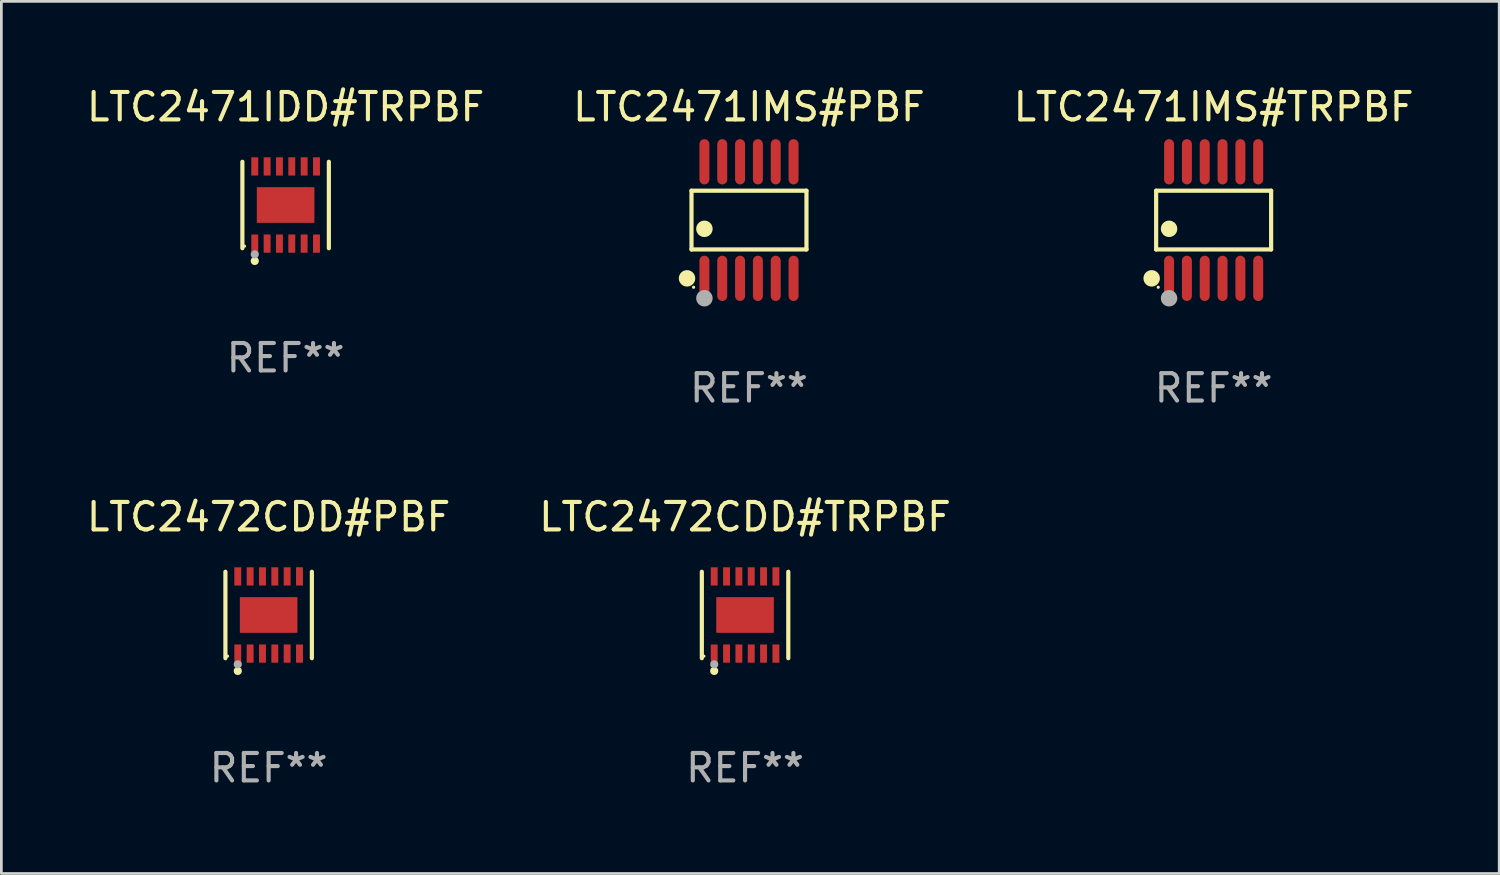
<source format=kicad_pcb>
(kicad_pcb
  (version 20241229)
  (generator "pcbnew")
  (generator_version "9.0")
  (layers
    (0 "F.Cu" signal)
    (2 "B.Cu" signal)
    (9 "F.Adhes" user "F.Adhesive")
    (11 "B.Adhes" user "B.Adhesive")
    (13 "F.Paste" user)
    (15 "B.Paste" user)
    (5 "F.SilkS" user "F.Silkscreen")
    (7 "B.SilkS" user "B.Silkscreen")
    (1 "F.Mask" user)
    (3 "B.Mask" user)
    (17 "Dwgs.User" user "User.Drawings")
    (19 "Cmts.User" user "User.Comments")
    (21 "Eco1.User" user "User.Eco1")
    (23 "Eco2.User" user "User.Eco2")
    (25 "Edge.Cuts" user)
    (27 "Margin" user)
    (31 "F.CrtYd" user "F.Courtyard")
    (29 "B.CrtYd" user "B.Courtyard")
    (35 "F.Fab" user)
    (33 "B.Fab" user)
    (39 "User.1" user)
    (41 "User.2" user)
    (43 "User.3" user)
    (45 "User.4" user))
  (footprint "LTC2472CDD#TRPBF"
    (layer "F.Cu")
    (at 24.113 19.371)
    (property "Reference" "LTC2472CDD#TRPBF" (at 0 -3.576 0) (layer "F.SilkS") (effects (font (size 1 1) (thickness 0.15))))
    (attr through_hole)
    (fp_line (start -1.576 1.576) (end -1.576 -1.576) (stroke (width 0.152) (type solid)) (layer "F.SilkS"))
    (fp_line (start 1.576 1.576) (end 1.576 -1.576) (stroke (width 0.152) (type solid)) (layer "F.SilkS"))
    (fp_circle (center -1.5 1.5) (end -1.47 1.5) (stroke (width 0.06) (type solid)) (fill no) (layer "F.SilkS"))
    (fp_circle (center -1.125 2.04) (end -1.05 2.04) (stroke (width 0.15) (type solid)) (fill no) (layer "F.SilkS"))
    (fp_circle (center -1.125 1.8) (end -1.05 1.8) (stroke (width 0.15) (type solid)) (fill no) (layer "F.Fab"))
    (fp_text user "REF**" (at 0 5.576 0) (layer "F.Fab") (effects (font (size 1 1) (thickness 0.15))))
    (pad "1" smd rect (at -1.125 1.407) (size 0.252 0.665) (layers "F.Cu" "F.Mask" "F.Paste"))
    (pad "2" smd rect (at -0.675 1.407) (size 0.252 0.665) (layers "F.Cu" "F.Mask" "F.Paste"))
    (pad "3" smd rect (at -0.225 1.407) (size 0.252 0.665) (layers "F.Cu" "F.Mask" "F.Paste"))
    (pad "4" smd rect (at 0.225 1.407) (size 0.252 0.665) (layers "F.Cu" "F.Mask" "F.Paste"))
    (pad "5" smd rect (at 0.675 1.407) (size 0.252 0.665) (layers "F.Cu" "F.Mask" "F.Paste"))
    (pad "6" smd rect (at 1.125 1.407) (size 0.252 0.665) (layers "F.Cu" "F.Mask" "F.Paste"))
    (pad "7" smd rect (at 1.125 -1.407) (size 0.252 0.665) (layers "F.Cu" "F.Mask" "F.Paste"))
    (pad "8" smd rect (at 0.675 -1.407) (size 0.252 0.665) (layers "F.Cu" "F.Mask" "F.Paste"))
    (pad "9" smd rect (at 0.225 -1.407) (size 0.252 0.665) (layers "F.Cu" "F.Mask" "F.Paste"))
    (pad "10" smd rect (at -0.225 -1.407) (size 0.252 0.665) (layers "F.Cu" "F.Mask" "F.Paste"))
    (pad "11" smd rect (at -0.675 -1.407) (size 0.252 0.665) (layers "F.Cu" "F.Mask" "F.Paste"))
    (pad "12" smd rect (at -1.125 -1.407) (size 0.252 0.665) (layers "F.Cu" "F.Mask" "F.Paste"))
    (pad "13" smd rect (at 0 0) (size 2.1 1.3) (layers "F.Cu" "F.Mask" "F.Paste")))
  (footprint "LTC2472CDD#PBF"
    (layer "F.Cu")
    (at 6.744 19.371)
    (property "Reference" "LTC2472CDD#PBF" (at 0 -3.576 0) (layer "F.SilkS") (effects (font (size 1 1) (thickness 0.15))))
    (attr through_hole)
    (fp_line (start -1.576 1.576) (end -1.576 -1.576) (stroke (width 0.152) (type solid)) (layer "F.SilkS"))
    (fp_line (start 1.576 1.576) (end 1.576 -1.576) (stroke (width 0.152) (type solid)) (layer "F.SilkS"))
    (fp_circle (center -1.5 1.5) (end -1.47 1.5) (stroke (width 0.06) (type solid)) (fill no) (layer "F.SilkS"))
    (fp_circle (center -1.125 2.04) (end -1.05 2.04) (stroke (width 0.15) (type solid)) (fill no) (layer "F.SilkS"))
    (fp_circle (center -1.125 1.8) (end -1.05 1.8) (stroke (width 0.15) (type solid)) (fill no) (layer "F.Fab"))
    (fp_text user "REF**" (at 0 5.576 0) (layer "F.Fab") (effects (font (size 1 1) (thickness 0.15))))
    (pad "1" smd rect (at -1.125 1.407) (size 0.252 0.665) (layers "F.Cu" "F.Mask" "F.Paste"))
    (pad "2" smd rect (at -0.675 1.407) (size 0.252 0.665) (layers "F.Cu" "F.Mask" "F.Paste"))
    (pad "3" smd rect (at -0.225 1.407) (size 0.252 0.665) (layers "F.Cu" "F.Mask" "F.Paste"))
    (pad "4" smd rect (at 0.225 1.407) (size 0.252 0.665) (layers "F.Cu" "F.Mask" "F.Paste"))
    (pad "5" smd rect (at 0.675 1.407) (size 0.252 0.665) (layers "F.Cu" "F.Mask" "F.Paste"))
    (pad "6" smd rect (at 1.125 1.407) (size 0.252 0.665) (layers "F.Cu" "F.Mask" "F.Paste"))
    (pad "7" smd rect (at 1.125 -1.407) (size 0.252 0.665) (layers "F.Cu" "F.Mask" "F.Paste"))
    (pad "8" smd rect (at 0.675 -1.407) (size 0.252 0.665) (layers "F.Cu" "F.Mask" "F.Paste"))
    (pad "9" smd rect (at 0.225 -1.407) (size 0.252 0.665) (layers "F.Cu" "F.Mask" "F.Paste"))
    (pad "10" smd rect (at -0.225 -1.407) (size 0.252 0.665) (layers "F.Cu" "F.Mask" "F.Paste"))
    (pad "11" smd rect (at -0.675 -1.407) (size 0.252 0.665) (layers "F.Cu" "F.Mask" "F.Paste"))
    (pad "12" smd rect (at -1.125 -1.407) (size 0.252 0.665) (layers "F.Cu" "F.Mask" "F.Paste"))
    (pad "13" smd rect (at 0 0) (size 2.1 1.3) (layers "F.Cu" "F.Mask" "F.Paste")))
  (footprint "LTC2471IMS#TRPBF"
    (layer "F.Cu")
    (at 41.196 4.973)
    (property "Reference" "LTC2471IMS#TRPBF" (at 0 -4.125 0) (layer "F.SilkS") (effects (font (size 1 1) (thickness 0.15))))
    (attr through_hole)
    (fp_line (start -2.096 -1.071) (end 2.096 -1.071) (stroke (width 0.152) (type solid)) (layer "F.SilkS"))
    (fp_line (start -2.096 1.071) (end -2.096 -1.071) (stroke (width 0.152) (type solid)) (layer "F.SilkS"))
    (fp_line (start 2.096 -1.071) (end 2.096 1.071) (stroke (width 0.152) (type solid)) (layer "F.SilkS"))
    (fp_line (start 2.096 1.071) (end -2.096 1.071) (stroke (width 0.152) (type solid)) (layer "F.SilkS"))
    (fp_circle (center -2.259 2.125) (end -2.109 2.125) (stroke (width 0.3) (type solid)) (fill no) (layer "F.SilkS"))
    (fp_circle (center -2.02 2.45) (end -1.99 2.45) (stroke (width 0.06) (type solid)) (fill no) (layer "F.SilkS"))
    (fp_circle (center -1.625 0.319) (end -1.475 0.319) (stroke (width 0.3) (type solid)) (fill no) (layer "F.SilkS"))
    (fp_circle (center -1.625 2.85) (end -1.475 2.85) (stroke (width 0.3) (type solid)) (fill no) (layer "F.Fab"))
    (fp_text user "REF**" (at 0 6.125 0) (layer "F.Fab") (effects (font (size 1 1) (thickness 0.15))))
    (pad "1" smd oval (at -1.625 2.125) (size 0.364 1.65) (layers "F.Cu" "F.Mask" "F.Paste"))
    (pad "2" smd oval (at -0.975 2.125) (size 0.364 1.65) (layers "F.Cu" "F.Mask" "F.Paste"))
    (pad "3" smd oval (at -0.325 2.125) (size 0.364 1.65) (layers "F.Cu" "F.Mask" "F.Paste"))
    (pad "4" smd oval (at 0.325 2.125) (size 0.364 1.65) (layers "F.Cu" "F.Mask" "F.Paste"))
    (pad "5" smd oval (at 0.975 2.125) (size 0.364 1.65) (layers "F.Cu" "F.Mask" "F.Paste"))
    (pad "6" smd oval (at 1.625 2.125) (size 0.364 1.65) (layers "F.Cu" "F.Mask" "F.Paste"))
    (pad "7" smd oval (at 1.625 -2.125) (size 0.364 1.65) (layers "F.Cu" "F.Mask" "F.Paste"))
    (pad "8" smd oval (at 0.975 -2.125) (size 0.364 1.65) (layers "F.Cu" "F.Mask" "F.Paste"))
    (pad "9" smd oval (at 0.325 -2.125) (size 0.364 1.65) (layers "F.Cu" "F.Mask" "F.Paste"))
    (pad "10" smd oval (at -0.325 -2.125) (size 0.364 1.65) (layers "F.Cu" "F.Mask" "F.Paste"))
    (pad "11" smd oval (at -0.975 -2.125) (size 0.364 1.65) (layers "F.Cu" "F.Mask" "F.Paste"))
    (pad "12" smd oval (at -1.625 -2.125) (size 0.364 1.65) (layers "F.Cu" "F.Mask" "F.Paste")))
  (footprint "LTC2471IMS#PBF"
    (layer "F.Cu")
    (at 24.256 4.973)
    (property "Reference" "LTC2471IMS#PBF" (at 0 -4.125 0) (layer "F.SilkS") (effects (font (size 1 1) (thickness 0.15))))
    (attr through_hole)
    (fp_line (start -2.096 -1.071) (end 2.096 -1.071) (stroke (width 0.152) (type solid)) (layer "F.SilkS"))
    (fp_line (start -2.096 1.071) (end -2.096 -1.071) (stroke (width 0.152) (type solid)) (layer "F.SilkS"))
    (fp_line (start 2.096 -1.071) (end 2.096 1.071) (stroke (width 0.152) (type solid)) (layer "F.SilkS"))
    (fp_line (start 2.096 1.071) (end -2.096 1.071) (stroke (width 0.152) (type solid)) (layer "F.SilkS"))
    (fp_circle (center -2.259 2.125) (end -2.109 2.125) (stroke (width 0.3) (type solid)) (fill no) (layer "F.SilkS"))
    (fp_circle (center -2.02 2.45) (end -1.99 2.45) (stroke (width 0.06) (type solid)) (fill no) (layer "F.SilkS"))
    (fp_circle (center -1.625 0.319) (end -1.475 0.319) (stroke (width 0.3) (type solid)) (fill no) (layer "F.SilkS"))
    (fp_circle (center -1.625 2.85) (end -1.475 2.85) (stroke (width 0.3) (type solid)) (fill no) (layer "F.Fab"))
    (fp_text user "REF**" (at 0 6.125 0) (layer "F.Fab") (effects (font (size 1 1) (thickness 0.15))))
    (pad "1" smd oval (at -1.625 2.125) (size 0.364 1.65) (layers "F.Cu" "F.Mask" "F.Paste"))
    (pad "2" smd oval (at -0.975 2.125) (size 0.364 1.65) (layers "F.Cu" "F.Mask" "F.Paste"))
    (pad "3" smd oval (at -0.325 2.125) (size 0.364 1.65) (layers "F.Cu" "F.Mask" "F.Paste"))
    (pad "4" smd oval (at 0.325 2.125) (size 0.364 1.65) (layers "F.Cu" "F.Mask" "F.Paste"))
    (pad "5" smd oval (at 0.975 2.125) (size 0.364 1.65) (layers "F.Cu" "F.Mask" "F.Paste"))
    (pad "6" smd oval (at 1.625 2.125) (size 0.364 1.65) (layers "F.Cu" "F.Mask" "F.Paste"))
    (pad "7" smd oval (at 1.625 -2.125) (size 0.364 1.65) (layers "F.Cu" "F.Mask" "F.Paste"))
    (pad "8" smd oval (at 0.975 -2.125) (size 0.364 1.65) (layers "F.Cu" "F.Mask" "F.Paste"))
    (pad "9" smd oval (at 0.325 -2.125) (size 0.364 1.65) (layers "F.Cu" "F.Mask" "F.Paste"))
    (pad "10" smd oval (at -0.325 -2.125) (size 0.364 1.65) (layers "F.Cu" "F.Mask" "F.Paste"))
    (pad "11" smd oval (at -0.975 -2.125) (size 0.364 1.65) (layers "F.Cu" "F.Mask" "F.Paste"))
    (pad "12" smd oval (at -1.625 -2.125) (size 0.364 1.65) (layers "F.Cu" "F.Mask" "F.Paste")))
  (footprint "LTC2471IDD#TRPBF"
    (layer "F.Cu")
    (at 7.363 4.424)
    (property "Reference" "LTC2471IDD#TRPBF" (at 0 -3.576 0) (layer "F.SilkS") (effects (font (size 1 1) (thickness 0.15))))
    (attr through_hole)
    (fp_line (start -1.576 1.576) (end -1.576 -1.576) (stroke (width 0.152) (type solid)) (layer "F.SilkS"))
    (fp_line (start 1.576 1.576) (end 1.576 -1.576) (stroke (width 0.152) (type solid)) (layer "F.SilkS"))
    (fp_circle (center -1.5 1.5) (end -1.47 1.5) (stroke (width 0.06) (type solid)) (fill no) (layer "F.SilkS"))
    (fp_circle (center -1.125 2.04) (end -1.05 2.04) (stroke (width 0.15) (type solid)) (fill no) (layer "F.SilkS"))
    (fp_circle (center -1.125 1.8) (end -1.05 1.8) (stroke (width 0.15) (type solid)) (fill no) (layer "F.Fab"))
    (fp_text user "REF**" (at 0 5.576 0) (layer "F.Fab") (effects (font (size 1 1) (thickness 0.15))))
    (pad "1" smd rect (at -1.125 1.407) (size 0.252 0.665) (layers "F.Cu" "F.Mask" "F.Paste"))
    (pad "2" smd rect (at -0.675 1.407) (size 0.252 0.665) (layers "F.Cu" "F.Mask" "F.Paste"))
    (pad "3" smd rect (at -0.225 1.407) (size 0.252 0.665) (layers "F.Cu" "F.Mask" "F.Paste"))
    (pad "4" smd rect (at 0.225 1.407) (size 0.252 0.665) (layers "F.Cu" "F.Mask" "F.Paste"))
    (pad "5" smd rect (at 0.675 1.407) (size 0.252 0.665) (layers "F.Cu" "F.Mask" "F.Paste"))
    (pad "6" smd rect (at 1.125 1.407) (size 0.252 0.665) (layers "F.Cu" "F.Mask" "F.Paste"))
    (pad "7" smd rect (at 1.125 -1.407) (size 0.252 0.665) (layers "F.Cu" "F.Mask" "F.Paste"))
    (pad "8" smd rect (at 0.675 -1.407) (size 0.252 0.665) (layers "F.Cu" "F.Mask" "F.Paste"))
    (pad "9" smd rect (at 0.225 -1.407) (size 0.252 0.665) (layers "F.Cu" "F.Mask" "F.Paste"))
    (pad "10" smd rect (at -0.225 -1.407) (size 0.252 0.665) (layers "F.Cu" "F.Mask" "F.Paste"))
    (pad "11" smd rect (at -0.675 -1.407) (size 0.252 0.665) (layers "F.Cu" "F.Mask" "F.Paste"))
    (pad "12" smd rect (at -1.125 -1.407) (size 0.252 0.665) (layers "F.Cu" "F.Mask" "F.Paste"))
    (pad "13" smd rect (at 0 0) (size 2.1 1.3) (layers "F.Cu" "F.Mask" "F.Paste")))
  (gr_rect
    (start -3 -3)
    (end 51.607 28.795)
    (stroke (width 0.1) (type default))
    (fill no)
    (layer "Edge.Cuts")))
</source>
